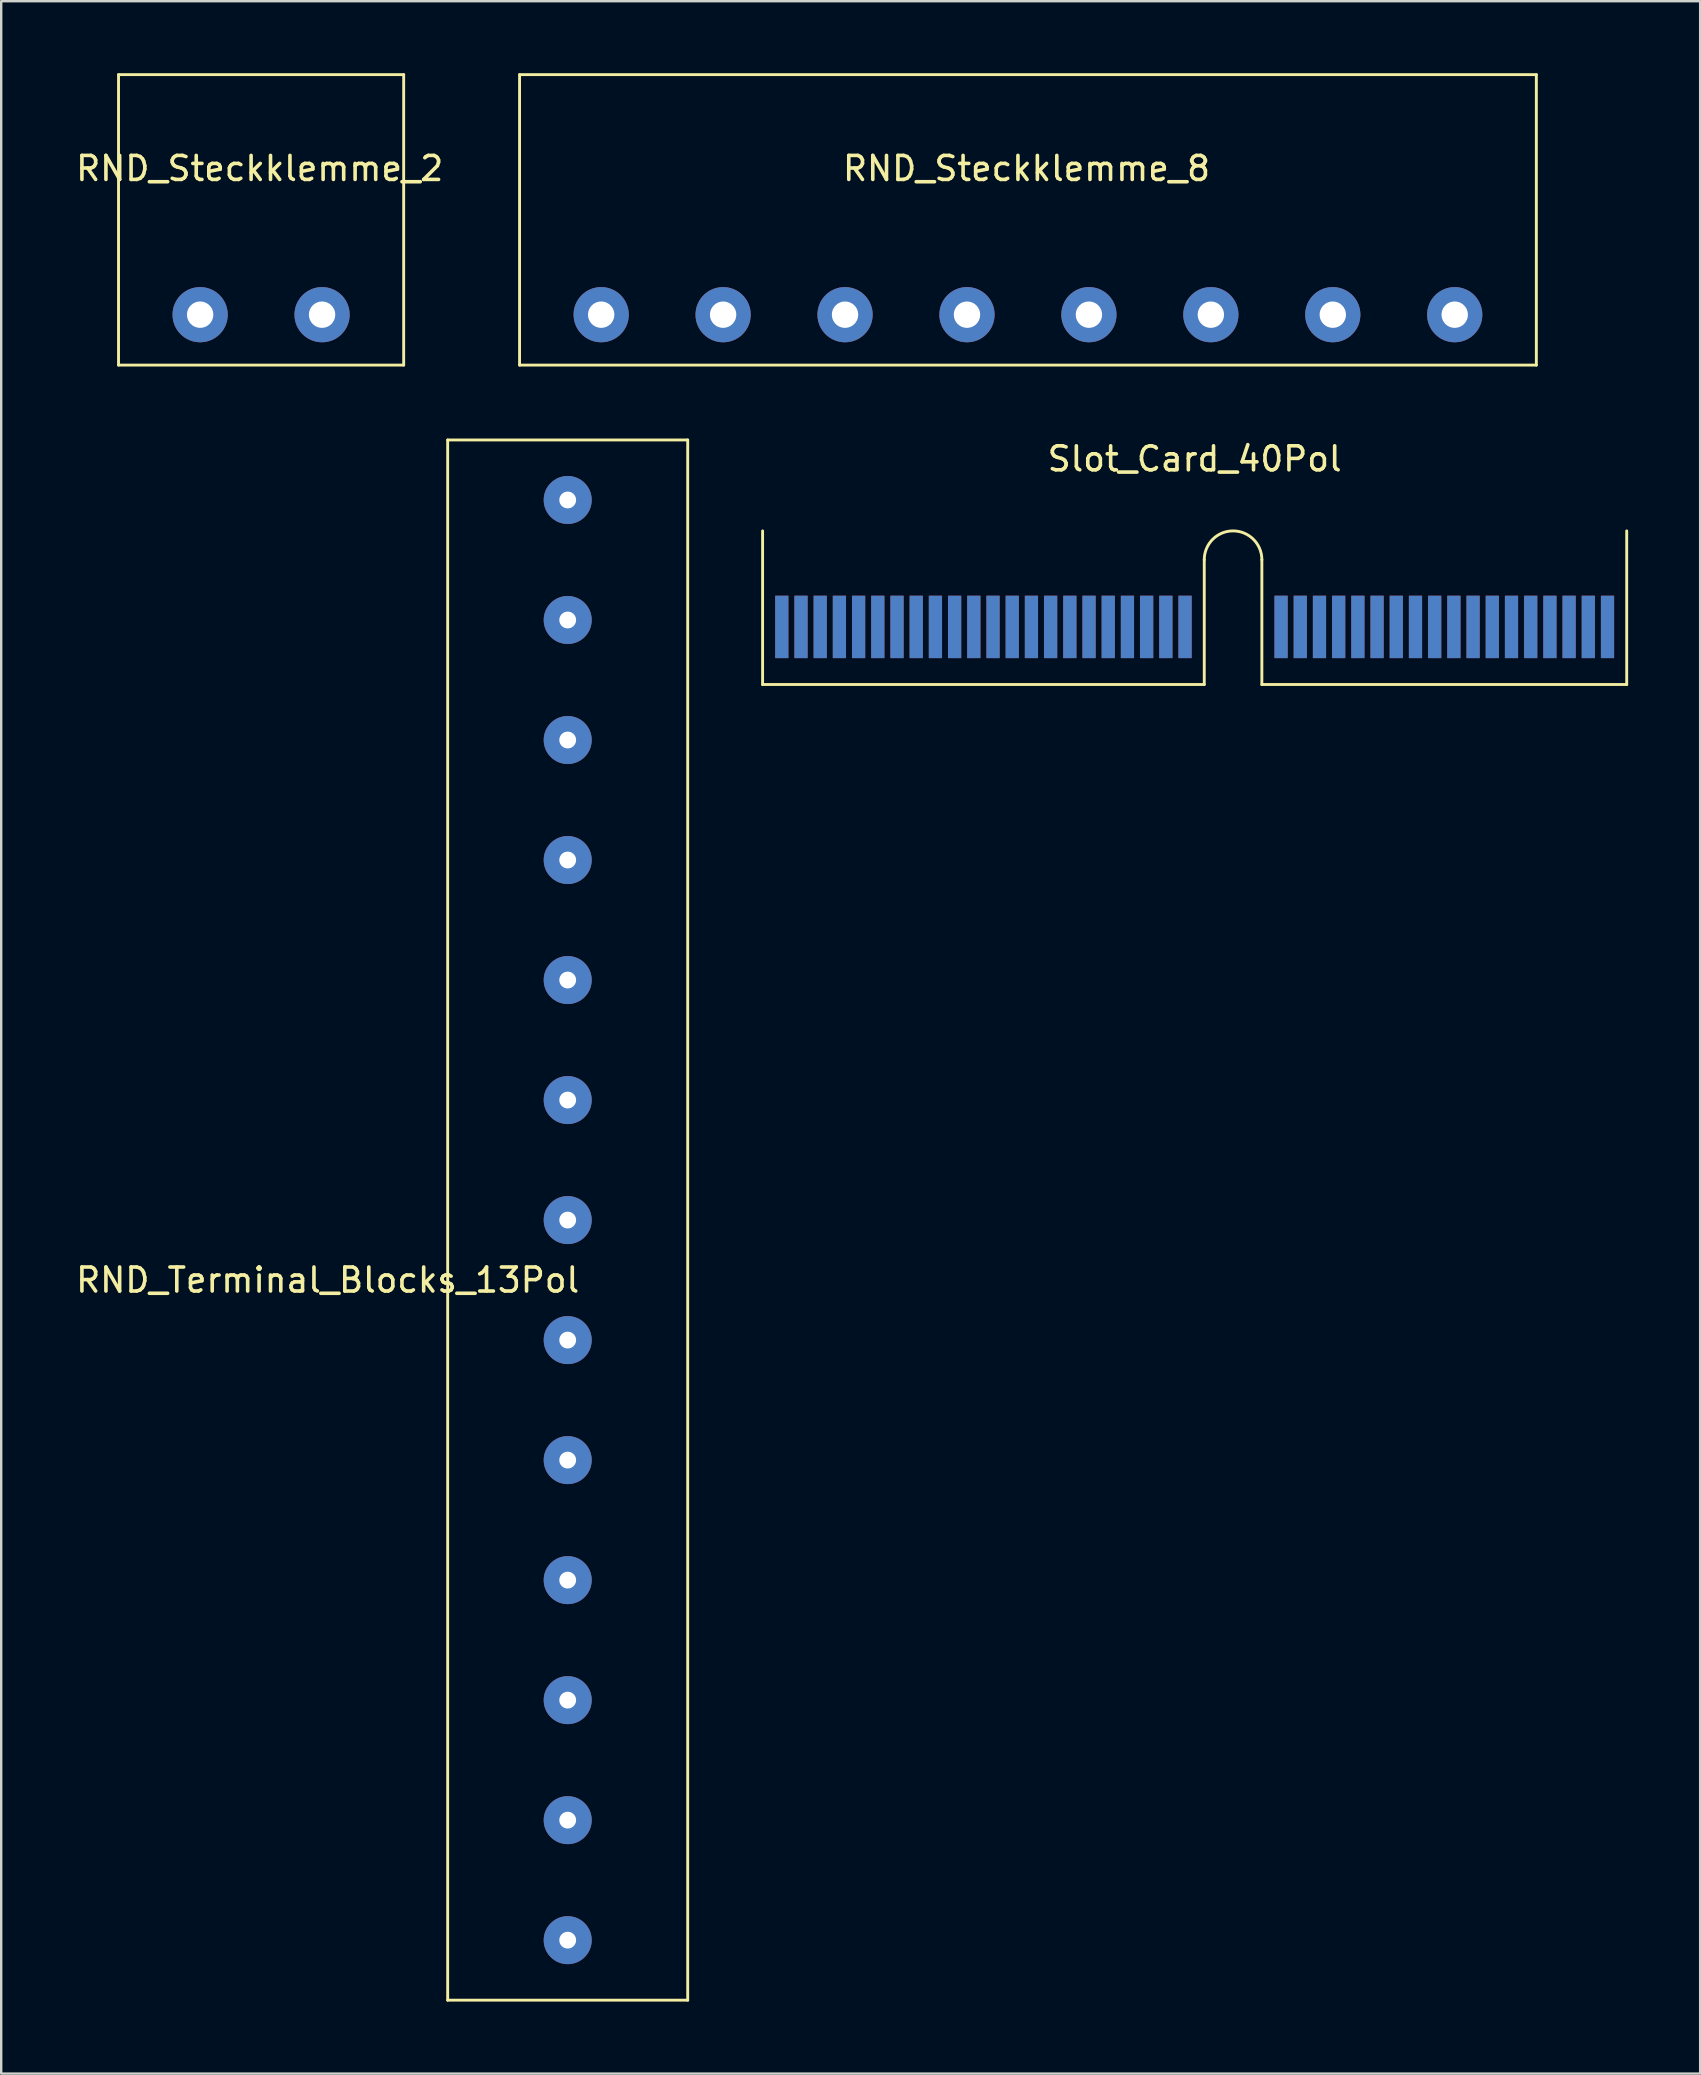
<source format=kicad_pcb>
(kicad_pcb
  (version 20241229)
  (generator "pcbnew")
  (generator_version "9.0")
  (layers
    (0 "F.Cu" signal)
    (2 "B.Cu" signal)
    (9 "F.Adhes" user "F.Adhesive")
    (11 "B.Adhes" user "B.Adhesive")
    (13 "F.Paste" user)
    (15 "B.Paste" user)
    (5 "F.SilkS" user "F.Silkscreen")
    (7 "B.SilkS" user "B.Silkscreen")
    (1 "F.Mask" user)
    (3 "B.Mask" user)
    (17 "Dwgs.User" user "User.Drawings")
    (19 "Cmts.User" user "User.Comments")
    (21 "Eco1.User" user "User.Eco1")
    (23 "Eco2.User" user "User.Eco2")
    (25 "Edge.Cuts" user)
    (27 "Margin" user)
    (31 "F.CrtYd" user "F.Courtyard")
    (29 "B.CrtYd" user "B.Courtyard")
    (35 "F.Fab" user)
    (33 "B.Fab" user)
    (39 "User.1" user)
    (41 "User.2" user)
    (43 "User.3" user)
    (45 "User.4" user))
  (footprint "RND_Steckklemme_8"
    (layer "F.Cu")
    (at 39.776 4.98)
    (property "Reference" "RND_Steckklemme_8" (at -0.06 -1.01 180) (layer "F.SilkS") (effects (font (size 1 1) (thickness 0.15))))
    (attr through_hole)
    (fp_line (start -21.18 7.18) (end -21.18 -4.92) (stroke (width 0.12) (type solid)) (layer "F.SilkS"))
    (fp_line (start -21.18 7.18) (end 21.18 7.18) (stroke (width 0.12) (type solid)) (layer "F.SilkS"))
    (fp_line (start 21.18 -4.92) (end -21.18 -4.92) (stroke (width 0.12) (type solid)) (layer "F.SilkS"))
    (fp_line (start 21.18 7.18) (end 21.18 -4.92) (stroke (width 0.12) (type solid)) (layer "F.SilkS"))
    (pad "1" thru_hole circle (at -17.78 5.08) (size 2.3 2.3) (drill 1.1) (layers "*.Cu" "*.Mask"))
    (pad "2" thru_hole circle (at -12.7 5.08) (size 2.3 2.3) (drill 1.1) (layers "*.Cu" "*.Mask"))
    (pad "3" thru_hole circle (at -7.62 5.08) (size 2.3 2.3) (drill 1.1) (layers "*.Cu" "*.Mask"))
    (pad "4" thru_hole circle (at -2.54 5.08) (size 2.3 2.3) (drill 1.1) (layers "*.Cu" "*.Mask"))
    (pad "5" thru_hole circle (at 2.54 5.08) (size 2.3 2.3) (drill 1.1) (layers "*.Cu" "*.Mask"))
    (pad "6" thru_hole circle (at 7.62 5.08) (size 2.3 2.3) (drill 1.1) (layers "*.Cu" "*.Mask"))
    (pad "7" thru_hole circle (at 12.7 5.08) (size 2.3 2.3) (drill 1.1) (layers "*.Cu" "*.Mask"))
    (pad "8" thru_hole circle (at 17.78 5.08) (size 2.3 2.3) (drill 1.1) (layers "*.Cu" "*.Mask")))
  (footprint "RND_Terminal_Blocks_13Pol"
    (layer "F.Cu")
    (at 20.601 47.78)
    (property "Reference" "RND_Terminal_Blocks_13Pol" (at -10 2.5 0) (layer "F.SilkS") (effects (font (size 1 1) (thickness 0.15))))
    (attr through_hole)
    (fp_line (start -5 -32.5) (end 5 -32.5) (stroke (width 0.12) (type solid)) (layer "F.SilkS"))
    (fp_line (start -5 32.5) (end -5 -32.5) (stroke (width 0.12) (type solid)) (layer "F.SilkS"))
    (fp_line (start 5 -32.5) (end 5 32.5) (stroke (width 0.12) (type solid)) (layer "F.SilkS"))
    (fp_line (start 5 32.5) (end -5 32.5) (stroke (width 0.12) (type solid)) (layer "F.SilkS"))
    (pad "1" thru_hole circle (at 0 -30) (size 2 2) (drill 0.7) (layers "*.Cu" "*.Mask"))
    (pad "2" thru_hole circle (at 0 -25) (size 2 2) (drill 0.7) (layers "*.Cu" "*.Mask"))
    (pad "3" thru_hole circle (at 0 -20) (size 2 2) (drill 0.7) (layers "*.Cu" "*.Mask"))
    (pad "4" thru_hole circle (at 0 -15) (size 2 2) (drill 0.7) (layers "*.Cu" "*.Mask"))
    (pad "5" thru_hole circle (at 0 -10) (size 2 2) (drill 0.7) (layers "*.Cu" "*.Mask"))
    (pad "6" thru_hole circle (at 0 -5) (size 2 2) (drill 0.7) (layers "*.Cu" "*.Mask"))
    (pad "7" thru_hole circle (at 0 0) (size 2 2) (drill 0.7) (layers "*.Cu" "*.Mask"))
    (pad "8" thru_hole circle (at 0 5) (size 2 2) (drill 0.7) (layers "*.Cu" "*.Mask"))
    (pad "9" thru_hole circle (at 0 10) (size 2 2) (drill 0.7) (layers "*.Cu" "*.Mask"))
    (pad "10" thru_hole circle (at 0 15) (size 2 2) (drill 0.7) (layers "*.Cu" "*.Mask"))
    (pad "11" thru_hole circle (at 0 20) (size 2 2) (drill 0.7) (layers "*.Cu" "*.Mask"))
    (pad "12" thru_hole circle (at 0 25) (size 2 2) (drill 0.7) (layers "*.Cu" "*.Mask"))
    (pad "13" thru_hole circle (at 0 30) (size 2 2) (drill 0.7) (layers "*.Cu" "*.Mask")))
  (footprint "RND_Steckklemme_2"
    (layer "F.Cu")
    (at 7.828 4.98)
    (property "Reference" "RND_Steckklemme_2" (at -0.06 -1.01 180) (layer "F.SilkS") (effects (font (size 1 1) (thickness 0.15))))
    (attr through_hole)
    (fp_line (start -5.94 7.18) (end -5.94 -4.92) (stroke (width 0.12) (type solid)) (layer "F.SilkS"))
    (fp_line (start -5.94 7.18) (end 5.94 7.18) (stroke (width 0.12) (type solid)) (layer "F.SilkS"))
    (fp_line (start 5.94 -4.92) (end -5.94 -4.92) (stroke (width 0.12) (type solid)) (layer "F.SilkS"))
    (fp_line (start 5.94 7.18) (end 5.94 -4.92) (stroke (width 0.12) (type solid)) (layer "F.SilkS"))
    (pad "1" thru_hole circle (at -2.54 5.08) (size 2.3 2.3) (drill 1.1) (layers "*.Cu" "*.Mask"))
    (pad "2" thru_hole circle (at 2.54 5.08) (size 2.3 2.3) (drill 1.1) (layers "*.Cu" "*.Mask")))
  (footprint "Slot_Card_40Pol"
    (layer "F.Cu")
    (at 46.721 21.068)
    (property "Reference" "Slot_Card_40Pol" (at 0 -5 0) (layer "F.SilkS") (effects (font (size 1 1) (thickness 0.15))))
    (attr through_hole)
    (fp_line (start -18 -2) (end -18 4.4) (stroke (width 0.12) (type solid)) (layer "F.SilkS"))
    (fp_line (start 0.4 -0.8) (end 0.4 4.4) (stroke (width 0.12) (type solid)) (layer "F.SilkS"))
    (fp_line (start 0.4 4.4) (end -18 4.4) (stroke (width 0.12) (type solid)) (layer "F.SilkS"))
    (fp_line (start 2.8 -0.8) (end 2.8 4.4) (stroke (width 0.12) (type solid)) (layer "F.SilkS"))
    (fp_line (start 18 4.4) (end 2.8 4.4) (stroke (width 0.12) (type solid)) (layer "F.SilkS"))
    (fp_line (start 18 4.4) (end 18 -2) (stroke (width 0.12) (type solid)) (layer "F.SilkS"))
    (fp_arc (start 0.4 -0.8) (mid 1.6 -2) (end 2.8 -0.8) (stroke (width 0.12) (type solid)) (layer "F.SilkS"))
    (pad "1" smd rect (at -17.2 2 180) (size 0.55 2.6) (layers "F.Cu" "F.Mask" "F.Paste"))
    (pad "1" smd rect (at -17.2 2 180) (size 0.55 2.6) (layers "B.Cu" "B.Mask" "B.Paste"))
    (pad "2" smd rect (at -16.4 2 180) (size 0.55 2.6) (layers "F.Cu" "F.Mask" "F.Paste"))
    (pad "2" smd rect (at -16.4 2 180) (size 0.55 2.6) (layers "B.Cu" "B.Mask" "B.Paste"))
    (pad "3" smd rect (at -15.6 2 180) (size 0.55 2.6) (layers "F.Cu" "F.Mask" "F.Paste"))
    (pad "3" smd rect (at -15.6 2 180) (size 0.55 2.6) (layers "B.Cu" "B.Mask" "B.Paste"))
    (pad "4" smd rect (at -14.8 2 180) (size 0.55 2.6) (layers "F.Cu" "F.Mask" "F.Paste"))
    (pad "4" smd rect (at -14.8 2 180) (size 0.55 2.6) (layers "B.Cu" "B.Mask" "B.Paste"))
    (pad "5" smd rect (at -14 2 180) (size 0.55 2.6) (layers "F.Cu" "F.Mask" "F.Paste"))
    (pad "5" smd rect (at -14 2 180) (size 0.55 2.6) (layers "B.Cu" "B.Mask" "B.Paste"))
    (pad "6" smd rect (at -13.2 2 180) (size 0.55 2.6) (layers "F.Cu" "F.Mask" "F.Paste"))
    (pad "6" smd rect (at -13.2 2 180) (size 0.55 2.6) (layers "B.Cu" "B.Mask" "B.Paste"))
    (pad "7" smd rect (at -12.4 2 180) (size 0.55 2.6) (layers "F.Cu" "F.Mask" "F.Paste"))
    (pad "7" smd rect (at -12.4 2 180) (size 0.55 2.6) (layers "B.Cu" "B.Mask" "B.Paste"))
    (pad "8" smd rect (at -11.6 2 180) (size 0.55 2.6) (layers "F.Cu" "F.Mask" "F.Paste"))
    (pad "8" smd rect (at -11.6 2 180) (size 0.55 2.6) (layers "B.Cu" "B.Mask" "B.Paste"))
    (pad "9" smd rect (at -10.8 2 180) (size 0.55 2.6) (layers "F.Cu" "F.Mask" "F.Paste"))
    (pad "9" smd rect (at -10.8 2 180) (size 0.55 2.6) (layers "B.Cu" "B.Mask" "B.Paste"))
    (pad "10" smd rect (at -10 2 180) (size 0.55 2.6) (layers "F.Cu" "F.Mask" "F.Paste"))
    (pad "10" smd rect (at -10 2 180) (size 0.55 2.6) (layers "B.Cu" "B.Mask" "B.Paste"))
    (pad "11" smd rect (at -9.2 2 180) (size 0.55 2.6) (layers "F.Cu" "F.Mask" "F.Paste"))
    (pad "11" smd rect (at -9.2 2 180) (size 0.55 2.6) (layers "B.Cu" "B.Mask" "B.Paste"))
    (pad "12" smd rect (at -8.4 2 180) (size 0.55 2.6) (layers "F.Cu" "F.Mask" "F.Paste"))
    (pad "12" smd rect (at -8.4 2 180) (size 0.55 2.6) (layers "B.Cu" "B.Mask" "B.Paste"))
    (pad "13" smd rect (at -7.6 2 180) (size 0.55 2.6) (layers "F.Cu" "F.Mask" "F.Paste"))
    (pad "13" smd rect (at -7.6 2 180) (size 0.55 2.6) (layers "B.Cu" "B.Mask" "B.Paste"))
    (pad "14" smd rect (at -6.8 2 180) (size 0.55 2.6) (layers "F.Cu" "F.Mask" "F.Paste"))
    (pad "14" smd rect (at -6.8 2 180) (size 0.55 2.6) (layers "B.Cu" "B.Mask" "B.Paste"))
    (pad "15" smd rect (at -6 2 180) (size 0.55 2.6) (layers "F.Cu" "F.Mask" "F.Paste"))
    (pad "15" smd rect (at -6 2 180) (size 0.55 2.6) (layers "B.Cu" "B.Mask" "B.Paste"))
    (pad "16" smd rect (at -5.2 2 180) (size 0.55 2.6) (layers "F.Cu" "F.Mask" "F.Paste"))
    (pad "16" smd rect (at -5.2 2 180) (size 0.55 2.6) (layers "B.Cu" "B.Mask" "B.Paste"))
    (pad "17" smd rect (at -4.4 2 180) (size 0.55 2.6) (layers "F.Cu" "F.Mask" "F.Paste"))
    (pad "17" smd rect (at -4.4 2 180) (size 0.55 2.6) (layers "B.Cu" "B.Mask" "B.Paste"))
    (pad "18" smd rect (at -3.6 2 180) (size 0.55 2.6) (layers "F.Cu" "F.Mask" "F.Paste"))
    (pad "18" smd rect (at -3.6 2 180) (size 0.55 2.6) (layers "B.Cu" "B.Mask" "B.Paste"))
    (pad "19" smd rect (at -2.8 2 180) (size 0.55 2.6) (layers "F.Cu" "F.Mask" "F.Paste"))
    (pad "19" smd rect (at -2.8 2 180) (size 0.55 2.6) (layers "B.Cu" "B.Mask" "B.Paste"))
    (pad "20" smd rect (at -2 2 180) (size 0.55 2.6) (layers "F.Cu" "F.Mask" "F.Paste"))
    (pad "20" smd rect (at -2 2 180) (size 0.55 2.6) (layers "B.Cu" "B.Mask" "B.Paste"))
    (pad "21" smd rect (at -1.2 2 180) (size 0.55 2.6) (layers "F.Cu" "F.Mask" "F.Paste"))
    (pad "21" smd rect (at -1.2 2 180) (size 0.55 2.6) (layers "B.Cu" "B.Mask" "B.Paste"))
    (pad "22" smd rect (at -0.4 2 180) (size 0.55 2.6) (layers "F.Cu" "F.Mask" "F.Paste"))
    (pad "22" smd rect (at -0.4 2 180) (size 0.55 2.6) (layers "B.Cu" "B.Mask" "B.Paste"))
    (pad "23" smd rect (at 3.6 2 180) (size 0.55 2.6) (layers "F.Cu" "F.Mask" "F.Paste"))
    (pad "23" smd rect (at 3.6 2 180) (size 0.55 2.6) (layers "B.Cu" "B.Mask" "B.Paste"))
    (pad "24" smd rect (at 4.4 2 180) (size 0.55 2.6) (layers "F.Cu" "F.Mask" "F.Paste"))
    (pad "24" smd rect (at 4.4 2 180) (size 0.55 2.6) (layers "B.Cu" "B.Mask" "B.Paste"))
    (pad "25" smd rect (at 5.2 2 180) (size 0.55 2.6) (layers "F.Cu" "F.Mask" "F.Paste"))
    (pad "25" smd rect (at 5.2 2 180) (size 0.55 2.6) (layers "B.Cu" "B.Mask" "B.Paste"))
    (pad "26" smd rect (at 6 2 180) (size 0.55 2.6) (layers "F.Cu" "F.Mask" "F.Paste"))
    (pad "26" smd rect (at 6 2 180) (size 0.55 2.6) (layers "B.Cu" "B.Mask" "B.Paste"))
    (pad "27" smd rect (at 6.8 2 180) (size 0.55 2.6) (layers "F.Cu" "F.Mask" "F.Paste"))
    (pad "27" smd rect (at 6.8 2 180) (size 0.55 2.6) (layers "B.Cu" "B.Mask" "B.Paste"))
    (pad "28" smd rect (at 7.6 2 180) (size 0.55 2.6) (layers "F.Cu" "F.Mask" "F.Paste"))
    (pad "28" smd rect (at 7.6 2 180) (size 0.55 2.6) (layers "B.Cu" "B.Mask" "B.Paste"))
    (pad "29" smd rect (at 8.4 2 180) (size 0.55 2.6) (layers "F.Cu" "F.Mask" "F.Paste"))
    (pad "29" smd rect (at 8.4 2 180) (size 0.55 2.6) (layers "B.Cu" "B.Mask" "B.Paste"))
    (pad "30" smd rect (at 9.2 2 180) (size 0.55 2.6) (layers "F.Cu" "F.Mask" "F.Paste"))
    (pad "30" smd rect (at 9.2 2 180) (size 0.55 2.6) (layers "B.Cu" "B.Mask" "B.Paste"))
    (pad "31" smd rect (at 10 2 180) (size 0.55 2.6) (layers "F.Cu" "F.Mask" "F.Paste"))
    (pad "31" smd rect (at 10 2 180) (size 0.55 2.6) (layers "B.Cu" "B.Mask" "B.Paste"))
    (pad "32" smd rect (at 10.8 2 180) (size 0.55 2.6) (layers "F.Cu" "F.Mask" "F.Paste"))
    (pad "32" smd rect (at 10.8 2 180) (size 0.55 2.6) (layers "B.Cu" "B.Mask" "B.Paste"))
    (pad "33" smd rect (at 11.6 2 180) (size 0.55 2.6) (layers "F.Cu" "F.Mask" "F.Paste"))
    (pad "33" smd rect (at 11.6 2 180) (size 0.55 2.6) (layers "B.Cu" "B.Mask" "B.Paste"))
    (pad "34" smd rect (at 12.4 2 180) (size 0.55 2.6) (layers "F.Cu" "F.Mask" "F.Paste"))
    (pad "34" smd rect (at 12.4 2 180) (size 0.55 2.6) (layers "B.Cu" "B.Mask" "B.Paste"))
    (pad "35" smd rect (at 13.2 2 180) (size 0.55 2.6) (layers "F.Cu" "F.Mask" "F.Paste"))
    (pad "35" smd rect (at 13.2 2 180) (size 0.55 2.6) (layers "B.Cu" "B.Mask" "B.Paste"))
    (pad "36" smd rect (at 14 2 180) (size 0.55 2.6) (layers "F.Cu" "F.Mask" "F.Paste"))
    (pad "36" smd rect (at 14 2 180) (size 0.55 2.6) (layers "B.Cu" "B.Mask" "B.Paste"))
    (pad "37" smd rect (at 14.8 2 180) (size 0.55 2.6) (layers "F.Cu" "F.Mask" "F.Paste"))
    (pad "37" smd rect (at 14.8 2 180) (size 0.55 2.6) (layers "B.Cu" "B.Mask" "B.Paste"))
    (pad "38" smd rect (at 15.6 2 180) (size 0.55 2.6) (layers "F.Cu" "F.Mask" "F.Paste"))
    (pad "38" smd rect (at 15.6 2 180) (size 0.55 2.6) (layers "B.Cu" "B.Mask" "B.Paste"))
    (pad "39" smd rect (at 16.4 2 180) (size 0.55 2.6) (layers "F.Cu" "F.Mask" "F.Paste"))
    (pad "39" smd rect (at 16.4 2 180) (size 0.55 2.6) (layers "B.Cu" "B.Mask" "B.Paste"))
    (pad "40" smd rect (at 17.2 2 180) (size 0.55 2.6) (layers "F.Cu" "F.Mask" "F.Paste"))
    (pad "40" smd rect (at 17.2 2 180) (size 0.55 2.6) (layers "B.Cu" "B.Mask" "B.Paste")))
  (gr_rect
    (start -3 -3)
    (end 67.781 83.34)
    (stroke (width 0.1) (type default))
    (fill no)
    (layer "Edge.Cuts")))
</source>
